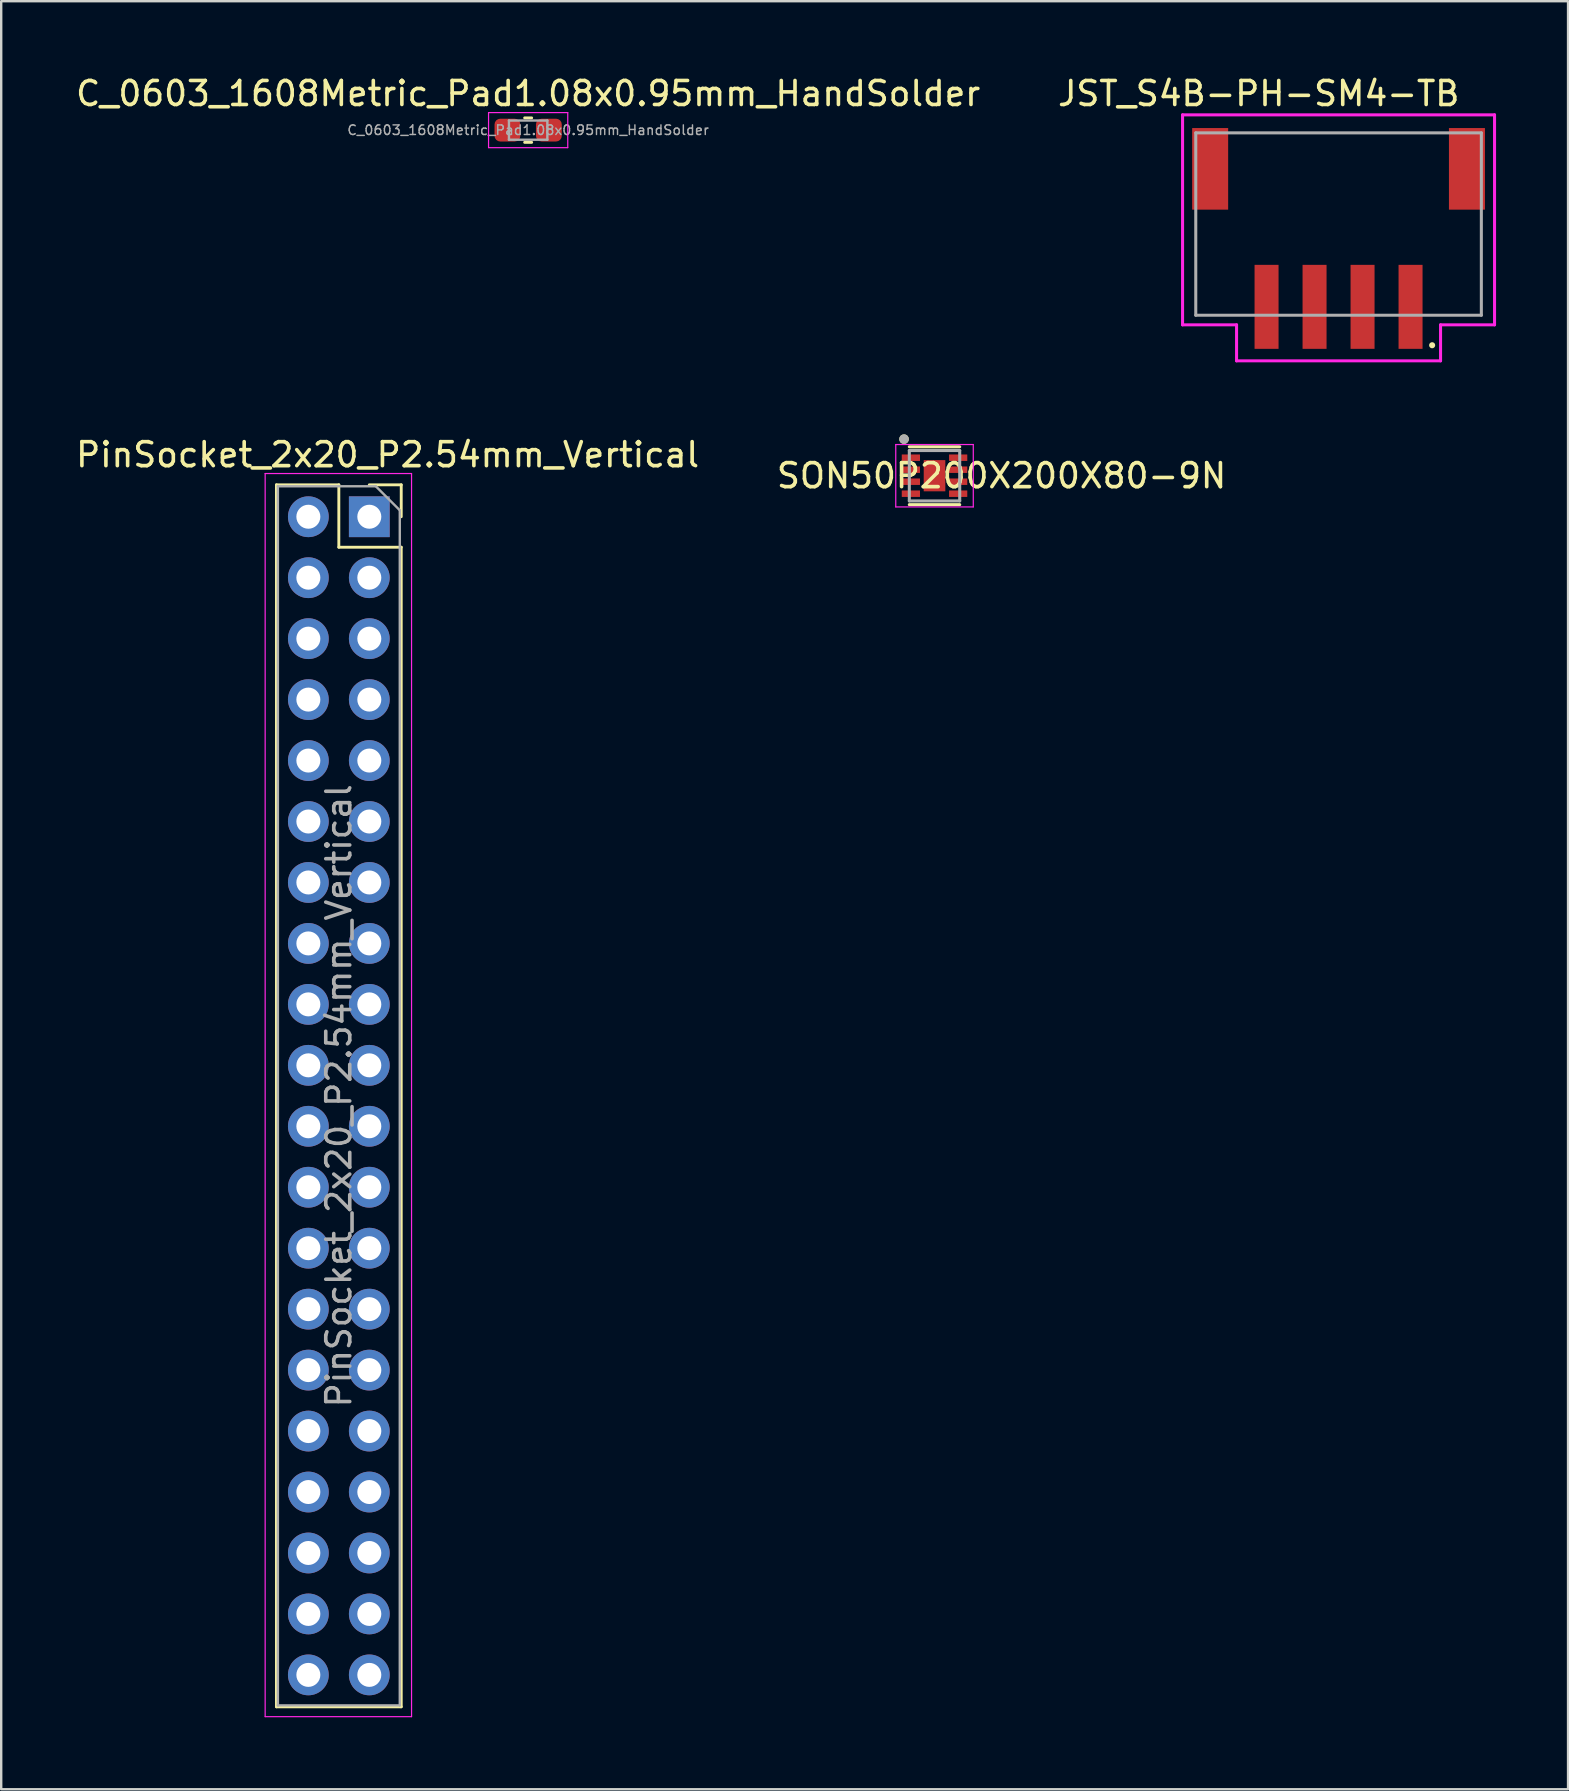
<source format=kicad_pcb>
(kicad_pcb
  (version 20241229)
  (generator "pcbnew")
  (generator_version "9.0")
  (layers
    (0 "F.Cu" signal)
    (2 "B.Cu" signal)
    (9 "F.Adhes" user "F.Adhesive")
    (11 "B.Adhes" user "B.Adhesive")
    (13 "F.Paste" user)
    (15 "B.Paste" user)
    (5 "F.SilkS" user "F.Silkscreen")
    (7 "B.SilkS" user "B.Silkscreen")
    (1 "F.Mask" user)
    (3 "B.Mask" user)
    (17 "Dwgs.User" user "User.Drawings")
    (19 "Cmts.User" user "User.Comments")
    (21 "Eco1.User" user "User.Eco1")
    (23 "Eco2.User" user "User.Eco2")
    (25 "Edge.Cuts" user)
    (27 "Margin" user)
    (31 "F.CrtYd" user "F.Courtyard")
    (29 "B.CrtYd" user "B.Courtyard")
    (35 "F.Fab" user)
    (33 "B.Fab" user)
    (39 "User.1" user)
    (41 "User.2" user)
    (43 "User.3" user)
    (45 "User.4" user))
  (footprint "SON50P200X200X80-9N"
    (layer "F.Cu")
    (at 35.891 16.773)
    (property "Reference" "SON50P200X200X80-9N" (at 2.794 0 0) (layer "F.SilkS") (effects (font (size 1 1) (thickness 0.15))))
    (attr through_hole)
    (fp_line (start -1.05 -1.205) (end 1.05 -1.205) (stroke (width 0.127) (type solid)) (layer "F.SilkS"))
    (fp_line (start -1.05 1.205) (end 1.05 1.205) (stroke (width 0.127) (type solid)) (layer "F.SilkS"))
    (fp_circle (center -1.27 -1.524) (end -1.17 -1.524) (stroke (width 0.2) (type solid)) (fill no) (layer "F.SilkS"))
    (fp_poly (pts (xy -0.28 -0.41) (xy 0.28 -0.41) (xy 0.28 0.41) (xy -0.28 0.41)) (stroke (width 0.01) (type solid)) (fill yes) (layer "F.Paste"))
    (fp_line (start -1.615 -1.3) (end -1.615 1.3) (stroke (width 0.05) (type solid)) (layer "F.CrtYd"))
    (fp_line (start -1.615 -1.3) (end 1.615 -1.3) (stroke (width 0.05) (type solid)) (layer "F.CrtYd"))
    (fp_line (start -1.615 1.3) (end 1.615 1.3) (stroke (width 0.05) (type solid)) (layer "F.CrtYd"))
    (fp_line (start 1.615 -1.3) (end 1.615 1.3) (stroke (width 0.05) (type solid)) (layer "F.CrtYd"))
    (fp_line (start -1.05 -1.05) (end -1.05 1.05) (stroke (width 0.127) (type solid)) (layer "F.Fab"))
    (fp_line (start -1.05 -1.05) (end 1.05 -1.05) (stroke (width 0.127) (type solid)) (layer "F.Fab"))
    (fp_line (start -1.05 1.05) (end 1.05 1.05) (stroke (width 0.127) (type solid)) (layer "F.Fab"))
    (fp_line (start 1.05 -1.05) (end 1.05 1.05) (stroke (width 0.127) (type solid)) (layer "F.Fab"))
    (fp_circle (center -1.27 -1.524) (end -1.17 -1.524) (stroke (width 0.2) (type solid)) (fill no) (layer "F.Fab"))
    (pad "1" smd roundrect (at -0.985 -0.75) (size 0.76 0.27) (layers "F.Cu" "F.Mask" "F.Paste") (roundrect_rratio 0.03))
    (pad "2" smd roundrect (at -0.985 -0.25) (size 0.76 0.27) (layers "F.Cu" "F.Mask" "F.Paste") (roundrect_rratio 0.03))
    (pad "3" smd roundrect (at -0.985 0.25) (size 0.76 0.27) (layers "F.Cu" "F.Mask" "F.Paste") (roundrect_rratio 0.03))
    (pad "4" smd roundrect (at -0.985 0.75) (size 0.76 0.27) (layers "F.Cu" "F.Mask" "F.Paste") (roundrect_rratio 0.03))
    (pad "5" smd roundrect (at 0.985 0.75) (size 0.76 0.27) (layers "F.Cu" "F.Mask" "F.Paste") (roundrect_rratio 0.03))
    (pad "6" smd roundrect (at 0.985 0.25) (size 0.76 0.27) (layers "F.Cu" "F.Mask" "F.Paste") (roundrect_rratio 0.03))
    (pad "7" smd roundrect (at 0.985 -0.25) (size 0.76 0.27) (layers "F.Cu" "F.Mask" "F.Paste") (roundrect_rratio 0.03))
    (pad "8" smd roundrect (at 0.985 -0.75) (size 0.76 0.27) (layers "F.Cu" "F.Mask" "F.Paste") (roundrect_rratio 0.03))
    (pad "9" smd rect (at 0 0) (size 0.9 1.3) (layers "F.Cu" "F.Mask")))
  (footprint "JST_S4B-PH-SM4-TB"
    (layer "F.Cu")
    (at 52.727 9.736)
    (property "Reference" "JST_S4B-PH-SM4-TB" (at -3.326 -8.887 0) (layer "F.SilkS") (effects (font (size 1 1) (thickness 0.15))))
    (attr through_hole)
    (fp_circle (center 3.9 1.6) (end 4.027 1.6) (stroke (width 0) (type solid)) (fill yes) (layer "F.SilkS"))
    (fp_line (start -6.5 -8) (end 6.5 -8) (stroke (width 0.127) (type solid)) (layer "F.CrtYd"))
    (fp_line (start -6.5 0.75) (end -6.5 -8) (stroke (width 0.127) (type solid)) (layer "F.CrtYd"))
    (fp_line (start -4.25 0.75) (end -6.5 0.75) (stroke (width 0.127) (type solid)) (layer "F.CrtYd"))
    (fp_line (start -4.25 2.25) (end -4.25 0.75) (stroke (width 0.127) (type solid)) (layer "F.CrtYd"))
    (fp_line (start 4.25 0.75) (end 4.25 2.25) (stroke (width 0.127) (type solid)) (layer "F.CrtYd"))
    (fp_line (start 4.25 2.25) (end -4.25 2.25) (stroke (width 0.127) (type solid)) (layer "F.CrtYd"))
    (fp_line (start 6.5 -8) (end 6.5 0.75) (stroke (width 0.127) (type solid)) (layer "F.CrtYd"))
    (fp_line (start 6.5 0.75) (end 4.25 0.75) (stroke (width 0.127) (type solid)) (layer "F.CrtYd"))
    (fp_line (start -5.95 -7.25) (end -5.95 0.35) (stroke (width 0.127) (type solid)) (layer "F.Fab"))
    (fp_line (start -5.95 0.35) (end 5.95 0.35) (stroke (width 0.127) (type solid)) (layer "F.Fab"))
    (fp_line (start 5.95 -7.25) (end -5.95 -7.25) (stroke (width 0.127) (type solid)) (layer "F.Fab"))
    (fp_line (start 5.95 0.35) (end 5.95 -7.25) (stroke (width 0.127) (type solid)) (layer "F.Fab"))
    (pad "1" smd rect (at 3 0) (size 1 3.5) (layers "F.Cu" "F.Mask" "F.Paste"))
    (pad "2" smd rect (at 1 0) (size 1 3.5) (layers "F.Cu" "F.Mask" "F.Paste"))
    (pad "3" smd rect (at -1 0) (size 1 3.5) (layers "F.Cu" "F.Mask" "F.Paste"))
    (pad "4" smd rect (at -3 0) (size 1 3.5) (layers "F.Cu" "F.Mask" "F.Paste"))
    (pad "P1" smd rect (at 5.35 -5.75) (size 1.5 3.4) (layers "F.Cu" "F.Mask" "F.Paste"))
    (pad "P2" smd rect (at -5.35 -5.75) (size 1.5 3.4) (layers "F.Cu" "F.Mask" "F.Paste")))
  (footprint "C_0603_1608Metric_Pad1.08x0.95mm_HandSolder"
    (layer "F.Cu")
    (at 18.958 2.372)
    (property "Reference" "C_0603_1608Metric_Pad1.08x0.95mm_HandSolder" (at 0 -1.524 0) (layer "F.SilkS") (effects (font (size 1 1) (thickness 0.15))))
    (attr smd)
    (fp_line (start -0.146 -0.51) (end 0.146 -0.51) (stroke (width 0.12) (type solid)) (layer "F.SilkS"))
    (fp_line (start -0.146 0.51) (end 0.146 0.51) (stroke (width 0.12) (type solid)) (layer "F.SilkS"))
    (fp_line (start -1.65 -0.73) (end 1.65 -0.73) (stroke (width 0.05) (type solid)) (layer "F.CrtYd"))
    (fp_line (start -1.65 0.73) (end -1.65 -0.73) (stroke (width 0.05) (type solid)) (layer "F.CrtYd"))
    (fp_line (start 1.65 -0.73) (end 1.65 0.73) (stroke (width 0.05) (type solid)) (layer "F.CrtYd"))
    (fp_line (start 1.65 0.73) (end -1.65 0.73) (stroke (width 0.05) (type solid)) (layer "F.CrtYd"))
    (fp_line (start -0.8 -0.4) (end 0.8 -0.4) (stroke (width 0.1) (type solid)) (layer "F.Fab"))
    (fp_line (start -0.8 0.4) (end -0.8 -0.4) (stroke (width 0.1) (type solid)) (layer "F.Fab"))
    (fp_line (start 0.8 -0.4) (end 0.8 0.4) (stroke (width 0.1) (type solid)) (layer "F.Fab"))
    (fp_line (start 0.8 0.4) (end -0.8 0.4) (stroke (width 0.1) (type solid)) (layer "F.Fab"))
    (fp_text user "${REFERENCE}" (at 0 0 0) (layer "F.Fab") (effects (font (size 0.4 0.4) (thickness 0.06))))
    (pad "1" smd roundrect (at -0.863 0 180) (size 1.075 0.95) (layers "F.Cu" "F.Mask" "F.Paste") (roundrect_rratio 0.25))
    (pad "2" smd roundrect (at 0.863 0 180) (size 1.075 0.95) (layers "F.Cu" "F.Mask" "F.Paste") (roundrect_rratio 0.25)))
  (footprint "PinSocket_2x20_P2.54mm_Vertical"
    (layer "F.Cu")
    (at 12.339 18.482)
    (property "Reference" "PinSocket_2x20_P2.54mm_Vertical" (at 0.762 -2.584 0) (layer "F.SilkS") (effects (font (size 1 1) (thickness 0.15))))
    (attr through_hole)
    (fp_line (start -3.87 -1.33) (end -3.87 49.59) (stroke (width 0.12) (type solid)) (layer "F.SilkS"))
    (fp_line (start -3.87 -1.33) (end -1.27 -1.33) (stroke (width 0.12) (type solid)) (layer "F.SilkS"))
    (fp_line (start -3.87 49.59) (end 1.33 49.59) (stroke (width 0.12) (type solid)) (layer "F.SilkS"))
    (fp_line (start -1.27 -1.33) (end -1.27 1.27) (stroke (width 0.12) (type solid)) (layer "F.SilkS"))
    (fp_line (start -1.27 1.27) (end 1.33 1.27) (stroke (width 0.12) (type solid)) (layer "F.SilkS"))
    (fp_line (start 0 -1.33) (end 1.33 -1.33) (stroke (width 0.12) (type solid)) (layer "F.SilkS"))
    (fp_line (start 1.33 -1.33) (end 1.33 0) (stroke (width 0.12) (type solid)) (layer "F.SilkS"))
    (fp_line (start 1.33 1.27) (end 1.33 49.59) (stroke (width 0.12) (type solid)) (layer "F.SilkS"))
    (fp_line (start -4.34 -1.8) (end 1.76 -1.8) (stroke (width 0.05) (type solid)) (layer "F.CrtYd"))
    (fp_line (start -4.34 50) (end -4.34 -1.8) (stroke (width 0.05) (type solid)) (layer "F.CrtYd"))
    (fp_line (start 1.76 -1.8) (end 1.76 50) (stroke (width 0.05) (type solid)) (layer "F.CrtYd"))
    (fp_line (start 1.76 50) (end -4.34 50) (stroke (width 0.05) (type solid)) (layer "F.CrtYd"))
    (fp_line (start -3.81 -1.27) (end 0.27 -1.27) (stroke (width 0.1) (type solid)) (layer "F.Fab"))
    (fp_line (start -3.81 49.53) (end -3.81 -1.27) (stroke (width 0.1) (type solid)) (layer "F.Fab"))
    (fp_line (start 0.27 -1.27) (end 1.27 -0.27) (stroke (width 0.1) (type solid)) (layer "F.Fab"))
    (fp_line (start 1.27 -0.27) (end 1.27 49.53) (stroke (width 0.1) (type solid)) (layer "F.Fab"))
    (fp_line (start 1.27 49.53) (end -3.81 49.53) (stroke (width 0.1) (type solid)) (layer "F.Fab"))
    (fp_text user "${REFERENCE}" (at -1.27 24.13 90) (layer "F.Fab") (effects (font (size 1 1) (thickness 0.15))))
    (pad "1" thru_hole rect (at 0 0 180) (size 1.7 1.7) (drill 1) (layers "*.Cu" "*.Mask"))
    (pad "2" thru_hole oval (at -2.54 0 180) (size 1.7 1.7) (drill 1) (layers "*.Cu" "*.Mask"))
    (pad "3" thru_hole oval (at 0 2.54 180) (size 1.7 1.7) (drill 1) (layers "*.Cu" "*.Mask"))
    (pad "4" thru_hole oval (at -2.54 2.54 180) (size 1.7 1.7) (drill 1) (layers "*.Cu" "*.Mask"))
    (pad "5" thru_hole oval (at 0 5.08 180) (size 1.7 1.7) (drill 1) (layers "*.Cu" "*.Mask"))
    (pad "6" thru_hole oval (at -2.54 5.08 180) (size 1.7 1.7) (drill 1) (layers "*.Cu" "*.Mask"))
    (pad "7" thru_hole oval (at 0 7.62 180) (size 1.7 1.7) (drill 1) (layers "*.Cu" "*.Mask"))
    (pad "8" thru_hole oval (at -2.54 7.62 180) (size 1.7 1.7) (drill 1) (layers "*.Cu" "*.Mask"))
    (pad "9" thru_hole oval (at 0 10.16 180) (size 1.7 1.7) (drill 1) (layers "*.Cu" "*.Mask"))
    (pad "10" thru_hole oval (at -2.54 10.16 180) (size 1.7 1.7) (drill 1) (layers "*.Cu" "*.Mask"))
    (pad "11" thru_hole oval (at 0 12.7 180) (size 1.7 1.7) (drill 1) (layers "*.Cu" "*.Mask"))
    (pad "12" thru_hole oval (at -2.54 12.7 180) (size 1.7 1.7) (drill 1) (layers "*.Cu" "*.Mask"))
    (pad "13" thru_hole oval (at 0 15.24 180) (size 1.7 1.7) (drill 1) (layers "*.Cu" "*.Mask"))
    (pad "14" thru_hole oval (at -2.54 15.24 180) (size 1.7 1.7) (drill 1) (layers "*.Cu" "*.Mask"))
    (pad "15" thru_hole oval (at 0 17.78 180) (size 1.7 1.7) (drill 1) (layers "*.Cu" "*.Mask"))
    (pad "16" thru_hole oval (at -2.54 17.78 180) (size 1.7 1.7) (drill 1) (layers "*.Cu" "*.Mask"))
    (pad "17" thru_hole oval (at 0 20.32 180) (size 1.7 1.7) (drill 1) (layers "*.Cu" "*.Mask"))
    (pad "18" thru_hole oval (at -2.54 20.32 180) (size 1.7 1.7) (drill 1) (layers "*.Cu" "*.Mask"))
    (pad "19" thru_hole oval (at 0 22.86 180) (size 1.7 1.7) (drill 1) (layers "*.Cu" "*.Mask"))
    (pad "20" thru_hole oval (at -2.54 22.86 180) (size 1.7 1.7) (drill 1) (layers "*.Cu" "*.Mask"))
    (pad "21" thru_hole oval (at 0 25.4 180) (size 1.7 1.7) (drill 1) (layers "*.Cu" "*.Mask"))
    (pad "22" thru_hole oval (at -2.54 25.4 180) (size 1.7 1.7) (drill 1) (layers "*.Cu" "*.Mask"))
    (pad "23" thru_hole oval (at 0 27.94 180) (size 1.7 1.7) (drill 1) (layers "*.Cu" "*.Mask"))
    (pad "24" thru_hole oval (at -2.54 27.94 180) (size 1.7 1.7) (drill 1) (layers "*.Cu" "*.Mask"))
    (pad "25" thru_hole oval (at 0 30.48 180) (size 1.7 1.7) (drill 1) (layers "*.Cu" "*.Mask"))
    (pad "26" thru_hole oval (at -2.54 30.48 180) (size 1.7 1.7) (drill 1) (layers "*.Cu" "*.Mask"))
    (pad "27" thru_hole oval (at 0 33.02 180) (size 1.7 1.7) (drill 1) (layers "*.Cu" "*.Mask"))
    (pad "28" thru_hole oval (at -2.54 33.02 180) (size 1.7 1.7) (drill 1) (layers "*.Cu" "*.Mask"))
    (pad "29" thru_hole oval (at 0 35.56 180) (size 1.7 1.7) (drill 1) (layers "*.Cu" "*.Mask"))
    (pad "30" thru_hole oval (at -2.54 35.56 180) (size 1.7 1.7) (drill 1) (layers "*.Cu" "*.Mask"))
    (pad "31" thru_hole oval (at 0 38.1 180) (size 1.7 1.7) (drill 1) (layers "*.Cu" "*.Mask"))
    (pad "32" thru_hole oval (at -2.54 38.1 180) (size 1.7 1.7) (drill 1) (layers "*.Cu" "*.Mask"))
    (pad "33" thru_hole oval (at 0 40.64 180) (size 1.7 1.7) (drill 1) (layers "*.Cu" "*.Mask"))
    (pad "34" thru_hole oval (at -2.54 40.64 180) (size 1.7 1.7) (drill 1) (layers "*.Cu" "*.Mask"))
    (pad "35" thru_hole oval (at 0 43.18 180) (size 1.7 1.7) (drill 1) (layers "*.Cu" "*.Mask"))
    (pad "36" thru_hole oval (at -2.54 43.18 180) (size 1.7 1.7) (drill 1) (layers "*.Cu" "*.Mask"))
    (pad "37" thru_hole oval (at 0 45.72 180) (size 1.7 1.7) (drill 1) (layers "*.Cu" "*.Mask"))
    (pad "38" thru_hole oval (at -2.54 45.72 180) (size 1.7 1.7) (drill 1) (layers "*.Cu" "*.Mask"))
    (pad "39" thru_hole oval (at 0 48.26 180) (size 1.7 1.7) (drill 1) (layers "*.Cu" "*.Mask"))
    (pad "40" thru_hole oval (at -2.54 48.26 180) (size 1.7 1.7) (drill 1) (layers "*.Cu" "*.Mask")))
  (gr_rect
    (start -3 -3)
    (end 62.29 71.507)
    (stroke (width 0.1) (type default))
    (fill no)
    (layer "Edge.Cuts")))
</source>
